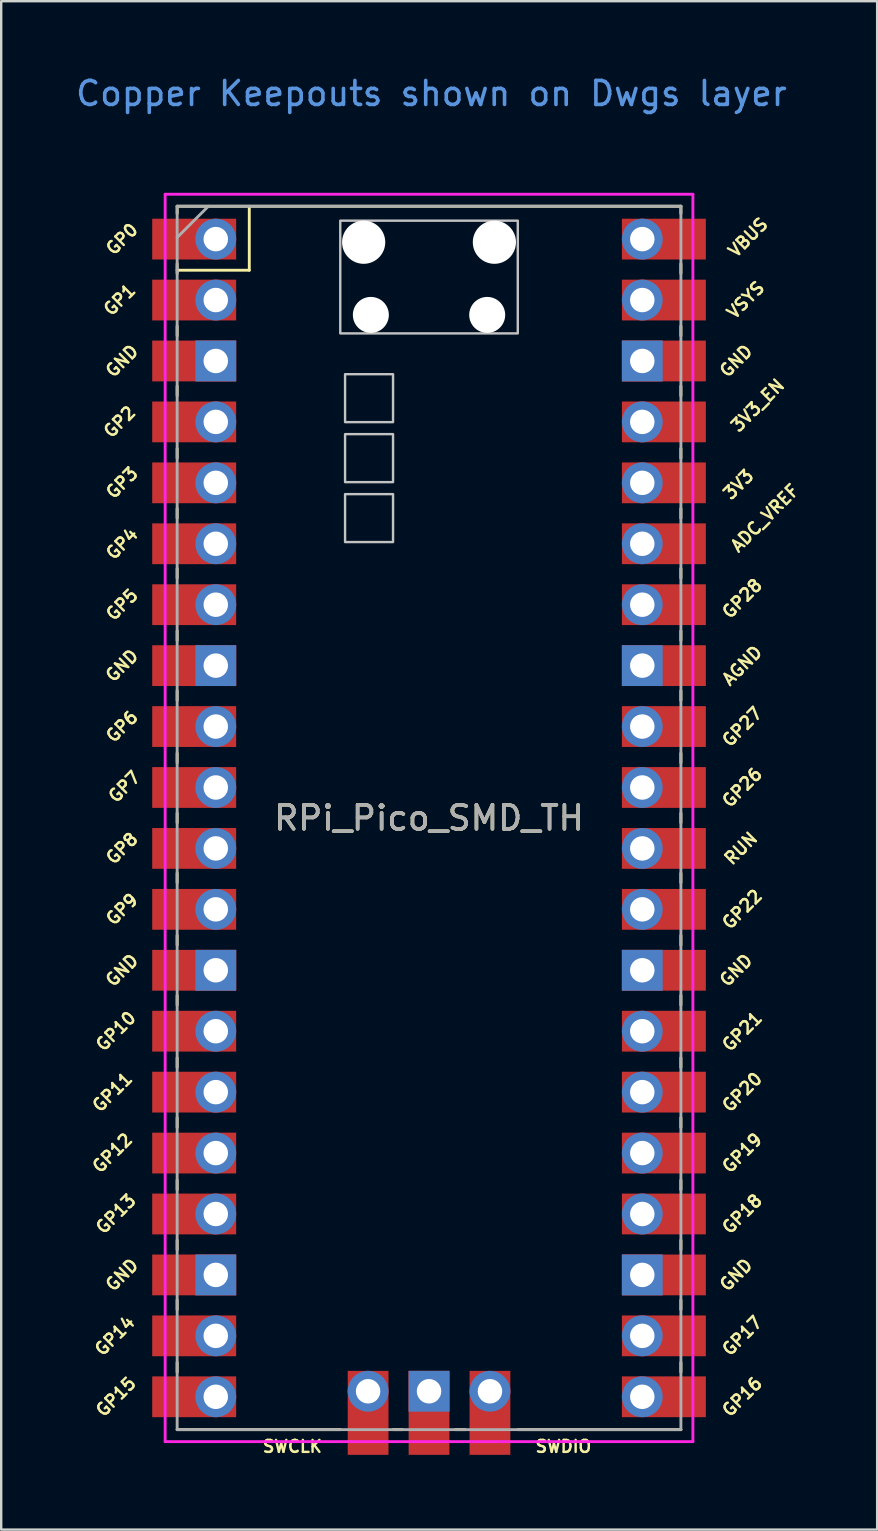
<source format=kicad_pcb>
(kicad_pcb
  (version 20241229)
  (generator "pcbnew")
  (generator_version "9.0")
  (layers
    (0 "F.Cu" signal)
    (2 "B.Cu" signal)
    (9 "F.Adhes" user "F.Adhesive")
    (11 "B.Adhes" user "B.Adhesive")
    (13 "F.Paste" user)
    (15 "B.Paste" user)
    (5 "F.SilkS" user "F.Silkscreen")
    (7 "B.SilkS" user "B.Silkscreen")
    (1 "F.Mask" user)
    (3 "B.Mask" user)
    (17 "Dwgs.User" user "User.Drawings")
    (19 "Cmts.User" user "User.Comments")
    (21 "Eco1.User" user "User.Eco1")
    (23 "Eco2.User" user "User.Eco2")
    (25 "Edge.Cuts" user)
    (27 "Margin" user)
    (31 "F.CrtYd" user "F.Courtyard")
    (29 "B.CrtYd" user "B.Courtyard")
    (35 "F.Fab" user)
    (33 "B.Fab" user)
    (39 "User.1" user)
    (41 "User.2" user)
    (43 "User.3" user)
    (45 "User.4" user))
  (footprint "RPi_Pico_SMD_TH"
    (layer "F.Cu")
    (at 14.835 31.048)
    (property "Reference" "RPi_Pico_SMD_TH" (at 0 0 0) (layer "F.SilkS") (effects (font (size 1 1) (thickness 0.15))))
    (attr through_hole)
    (fp_line (start -10.5 -25.5) (end -10.5 -25.2) (stroke (width 0.12) (type solid)) (layer "F.SilkS"))
    (fp_line (start -10.5 -25.5) (end 10.5 -25.5) (stroke (width 0.12) (type solid)) (layer "F.SilkS"))
    (fp_line (start -10.5 -23.1) (end -10.5 -22.7) (stroke (width 0.12) (type solid)) (layer "F.SilkS"))
    (fp_line (start -10.5 -22.833) (end -7.493 -22.833) (stroke (width 0.12) (type solid)) (layer "F.SilkS"))
    (fp_line (start -10.5 -20.5) (end -10.5 -20.1) (stroke (width 0.12) (type solid)) (layer "F.SilkS"))
    (fp_line (start -10.5 -18) (end -10.5 -17.6) (stroke (width 0.12) (type solid)) (layer "F.SilkS"))
    (fp_line (start -10.5 -15.4) (end -10.5 -15) (stroke (width 0.12) (type solid)) (layer "F.SilkS"))
    (fp_line (start -10.5 -12.9) (end -10.5 -12.5) (stroke (width 0.12) (type solid)) (layer "F.SilkS"))
    (fp_line (start -10.5 -10.4) (end -10.5 -10) (stroke (width 0.12) (type solid)) (layer "F.SilkS"))
    (fp_line (start -10.5 -7.8) (end -10.5 -7.4) (stroke (width 0.12) (type solid)) (layer "F.SilkS"))
    (fp_line (start -10.5 -5.3) (end -10.5 -4.9) (stroke (width 0.12) (type solid)) (layer "F.SilkS"))
    (fp_line (start -10.5 -2.7) (end -10.5 -2.3) (stroke (width 0.12) (type solid)) (layer "F.SilkS"))
    (fp_line (start -10.5 -0.2) (end -10.5 0.2) (stroke (width 0.12) (type solid)) (layer "F.SilkS"))
    (fp_line (start -10.5 2.3) (end -10.5 2.7) (stroke (width 0.12) (type solid)) (layer "F.SilkS"))
    (fp_line (start -10.5 4.9) (end -10.5 5.3) (stroke (width 0.12) (type solid)) (layer "F.SilkS"))
    (fp_line (start -10.5 7.4) (end -10.5 7.8) (stroke (width 0.12) (type solid)) (layer "F.SilkS"))
    (fp_line (start -10.5 10) (end -10.5 10.4) (stroke (width 0.12) (type solid)) (layer "F.SilkS"))
    (fp_line (start -10.5 12.5) (end -10.5 12.9) (stroke (width 0.12) (type solid)) (layer "F.SilkS"))
    (fp_line (start -10.5 15.1) (end -10.5 15.5) (stroke (width 0.12) (type solid)) (layer "F.SilkS"))
    (fp_line (start -10.5 17.6) (end -10.5 18) (stroke (width 0.12) (type solid)) (layer "F.SilkS"))
    (fp_line (start -10.5 20.1) (end -10.5 20.5) (stroke (width 0.12) (type solid)) (layer "F.SilkS"))
    (fp_line (start -10.5 22.7) (end -10.5 23.1) (stroke (width 0.12) (type solid)) (layer "F.SilkS"))
    (fp_line (start -7.493 -22.833) (end -7.493 -25.5) (stroke (width 0.12) (type solid)) (layer "F.SilkS"))
    (fp_line (start -3.7 25.5) (end -10.5 25.5) (stroke (width 0.12) (type solid)) (layer "F.SilkS"))
    (fp_line (start -1.5 25.5) (end -1.1 25.5) (stroke (width 0.12) (type solid)) (layer "F.SilkS"))
    (fp_line (start 1.1 25.5) (end 1.5 25.5) (stroke (width 0.12) (type solid)) (layer "F.SilkS"))
    (fp_line (start 10.5 -25.5) (end 10.5 -25.2) (stroke (width 0.12) (type solid)) (layer "F.SilkS"))
    (fp_line (start 10.5 -23.1) (end 10.5 -22.7) (stroke (width 0.12) (type solid)) (layer "F.SilkS"))
    (fp_line (start 10.5 -20.5) (end 10.5 -20.1) (stroke (width 0.12) (type solid)) (layer "F.SilkS"))
    (fp_line (start 10.5 -18) (end 10.5 -17.6) (stroke (width 0.12) (type solid)) (layer "F.SilkS"))
    (fp_line (start 10.5 -15.4) (end 10.5 -15) (stroke (width 0.12) (type solid)) (layer "F.SilkS"))
    (fp_line (start 10.5 -12.9) (end 10.5 -12.5) (stroke (width 0.12) (type solid)) (layer "F.SilkS"))
    (fp_line (start 10.5 -10.4) (end 10.5 -10) (stroke (width 0.12) (type solid)) (layer "F.SilkS"))
    (fp_line (start 10.5 -7.8) (end 10.5 -7.4) (stroke (width 0.12) (type solid)) (layer "F.SilkS"))
    (fp_line (start 10.5 -5.3) (end 10.5 -4.9) (stroke (width 0.12) (type solid)) (layer "F.SilkS"))
    (fp_line (start 10.5 -2.7) (end 10.5 -2.3) (stroke (width 0.12) (type solid)) (layer "F.SilkS"))
    (fp_line (start 10.5 -0.2) (end 10.5 0.2) (stroke (width 0.12) (type solid)) (layer "F.SilkS"))
    (fp_line (start 10.5 2.3) (end 10.5 2.7) (stroke (width 0.12) (type solid)) (layer "F.SilkS"))
    (fp_line (start 10.5 4.9) (end 10.5 5.3) (stroke (width 0.12) (type solid)) (layer "F.SilkS"))
    (fp_line (start 10.5 7.4) (end 10.5 7.8) (stroke (width 0.12) (type solid)) (layer "F.SilkS"))
    (fp_line (start 10.5 10) (end 10.5 10.4) (stroke (width 0.12) (type solid)) (layer "F.SilkS"))
    (fp_line (start 10.5 12.5) (end 10.5 12.9) (stroke (width 0.12) (type solid)) (layer "F.SilkS"))
    (fp_line (start 10.5 15.1) (end 10.5 15.5) (stroke (width 0.12) (type solid)) (layer "F.SilkS"))
    (fp_line (start 10.5 17.6) (end 10.5 18) (stroke (width 0.12) (type solid)) (layer "F.SilkS"))
    (fp_line (start 10.5 20.1) (end 10.5 20.5) (stroke (width 0.12) (type solid)) (layer "F.SilkS"))
    (fp_line (start 10.5 22.7) (end 10.5 23.1) (stroke (width 0.12) (type solid)) (layer "F.SilkS"))
    (fp_line (start 10.5 25.5) (end 3.7 25.5) (stroke (width 0.12) (type solid)) (layer "F.SilkS"))
    (fp_poly (pts (xy -1.5 -16.5) (xy -3.5 -16.5) (xy -3.5 -18.5) (xy -1.5 -18.5)) (stroke (width 0.1) (type solid)) (fill no) (layer "Dwgs.User"))
    (fp_poly (pts (xy -1.5 -14) (xy -3.5 -14) (xy -3.5 -16) (xy -1.5 -16)) (stroke (width 0.1) (type solid)) (fill no) (layer "Dwgs.User"))
    (fp_poly (pts (xy -1.5 -11.5) (xy -3.5 -11.5) (xy -3.5 -13.5) (xy -1.5 -13.5)) (stroke (width 0.1) (type solid)) (fill no) (layer "Dwgs.User"))
    (fp_poly (pts (xy 3.7 -20.2) (xy -3.7 -20.2) (xy -3.7 -24.9) (xy 3.7 -24.9)) (stroke (width 0.1) (type solid)) (fill no) (layer "Dwgs.User"))
    (fp_line (start -11 -26) (end 11 -26) (stroke (width 0.12) (type solid)) (layer "F.CrtYd"))
    (fp_line (start -11 26) (end -11 -26) (stroke (width 0.12) (type solid)) (layer "F.CrtYd"))
    (fp_line (start 11 -26) (end 11 26) (stroke (width 0.12) (type solid)) (layer "F.CrtYd"))
    (fp_line (start 11 26) (end -11 26) (stroke (width 0.12) (type solid)) (layer "F.CrtYd"))
    (fp_line (start -10.5 -25.5) (end 10.5 -25.5) (stroke (width 0.12) (type solid)) (layer "F.Fab"))
    (fp_line (start -10.5 -24.2) (end -9.2 -25.5) (stroke (width 0.12) (type solid)) (layer "F.Fab"))
    (fp_line (start -10.5 25.5) (end -10.5 -25.5) (stroke (width 0.12) (type solid)) (layer "F.Fab"))
    (fp_line (start 10.5 -25.5) (end 10.5 25.5) (stroke (width 0.12) (type solid)) (layer "F.Fab"))
    (fp_line (start 10.5 25.5) (end -10.5 25.5) (stroke (width 0.12) (type solid)) (layer "F.Fab"))
    (fp_text user "GP16" (at 13.054 24.13 45) (layer "F.SilkS") (effects (font (size 0.5 0.5) (thickness 0.1))))
    (fp_text user "GP22" (at 13.054 3.81 45) (layer "F.SilkS") (effects (font (size 0.5 0.5) (thickness 0.1))))
    (fp_text user "GP4" (at -12.8 -11.43 45) (layer "F.SilkS") (effects (font (size 0.5 0.5) (thickness 0.1))))
    (fp_text user "GND" (at -12.8 -6.35 45) (layer "F.SilkS") (effects (font (size 0.5 0.5) (thickness 0.1))))
    (fp_text user "GP17" (at 13.054 21.59 45) (layer "F.SilkS") (effects (font (size 0.5 0.5) (thickness 0.1))))
    (fp_text user "GP14" (at -13.1 21.59 45) (layer "F.SilkS") (effects (font (size 0.5 0.5) (thickness 0.1))))
    (fp_text user "RUN" (at 13 1.27 45) (layer "F.SilkS") (effects (font (size 0.5 0.5) (thickness 0.1))))
    (fp_text user "AGND" (at 13.054 -6.35 45) (layer "F.SilkS") (effects (font (size 0.5 0.5) (thickness 0.1))))
    (fp_text user "GP27" (at 13.054 -3.8 45) (layer "F.SilkS") (effects (font (size 0.5 0.5) (thickness 0.1))))
    (fp_text user "GND" (at 12.8 -19.05 45) (layer "F.SilkS") (effects (font (size 0.5 0.5) (thickness 0.1))))
    (fp_text user "GP0" (at -12.8 -24.13 45) (layer "F.SilkS") (effects (font (size 0.5 0.5) (thickness 0.1))))
    (fp_text user "GP7" (at -12.7 -1.3 45) (layer "F.SilkS") (effects (font (size 0.5 0.5) (thickness 0.1))))
    (fp_text user "GP11" (at -13.2 11.43 45) (layer "F.SilkS") (effects (font (size 0.5 0.5) (thickness 0.1))))
    (fp_text user "GP13" (at -13.054 16.51 45) (layer "F.SilkS") (effects (font (size 0.5 0.5) (thickness 0.1))))
    (fp_text user "GND" (at -12.8 19.05 45) (layer "F.SilkS") (effects (font (size 0.5 0.5) (thickness 0.1))))
    (fp_text user "GP6" (at -12.8 -3.81 45) (layer "F.SilkS") (effects (font (size 0.5 0.5) (thickness 0.1))))
    (fp_text user "GP19" (at 13.054 13.97 45) (layer "F.SilkS") (effects (font (size 0.5 0.5) (thickness 0.1))))
    (fp_text user "GND" (at 12.8 6.35 45) (layer "F.SilkS") (effects (font (size 0.5 0.5) (thickness 0.1))))
    (fp_text user "GP8" (at -12.8 1.27 45) (layer "F.SilkS") (effects (font (size 0.5 0.5) (thickness 0.1))))
    (fp_text user "ADC_VREF" (at 14 -12.5 45) (layer "F.SilkS") (effects (font (size 0.5 0.5) (thickness 0.1))))
    (fp_text user "GND" (at 12.8 19.05 45) (layer "F.SilkS") (effects (font (size 0.5 0.5) (thickness 0.1))))
    (fp_text user "SWDIO" (at 5.6 26.2 0) (layer "F.SilkS") (effects (font (size 0.5 0.5) (thickness 0.1))))
    (fp_text user "GP20" (at 13.054 11.43 45) (layer "F.SilkS") (effects (font (size 0.5 0.5) (thickness 0.1))))
    (fp_text user "GP5" (at -12.8 -8.89 45) (layer "F.SilkS") (effects (font (size 0.5 0.5) (thickness 0.1))))
    (fp_text user "GP1" (at -12.9 -21.6 45) (layer "F.SilkS") (effects (font (size 0.5 0.5) (thickness 0.1))))
    (fp_text user "VSYS" (at 13.2 -21.59 45) (layer "F.SilkS") (effects (font (size 0.5 0.5) (thickness 0.1))))
    (fp_text user "GP26" (at 13.054 -1.27 45) (layer "F.SilkS") (effects (font (size 0.5 0.5) (thickness 0.1))))
    (fp_text user "3V3_EN" (at 13.7 -17.2 45) (layer "F.SilkS") (effects (font (size 0.5 0.5) (thickness 0.1))))
    (fp_text user "GND" (at -12.8 6.35 45) (layer "F.SilkS") (effects (font (size 0.5 0.5) (thickness 0.1))))
    (fp_text user "GP10" (at -13.054 8.89 45) (layer "F.SilkS") (effects (font (size 0.5 0.5) (thickness 0.1))))
    (fp_text user "SWCLK" (at -5.7 26.2 0) (layer "F.SilkS") (effects (font (size 0.5 0.5) (thickness 0.1))))
    (fp_text user "GP21" (at 13.054 8.9 45) (layer "F.SilkS") (effects (font (size 0.5 0.5) (thickness 0.1))))
    (fp_text user "GP9" (at -12.8 3.81 45) (layer "F.SilkS") (effects (font (size 0.5 0.5) (thickness 0.1))))
    (fp_text user "GND" (at -12.8 -19.05 45) (layer "F.SilkS") (effects (font (size 0.5 0.5) (thickness 0.1))))
    (fp_text user "GP28" (at 13.054 -9.144 45) (layer "F.SilkS") (effects (font (size 0.5 0.5) (thickness 0.1))))
    (fp_text user "GP15" (at -13.054 24.13 45) (layer "F.SilkS") (effects (font (size 0.5 0.5) (thickness 0.1))))
    (fp_text user "GP18" (at 13.054 16.51 45) (layer "F.SilkS") (effects (font (size 0.5 0.5) (thickness 0.1))))
    (fp_text user "3V3" (at 12.9 -13.9 45) (layer "F.SilkS") (effects (font (size 0.5 0.5) (thickness 0.1))))
    (fp_text user "VBUS" (at 13.3 -24.2 45) (layer "F.SilkS") (effects (font (size 0.5 0.5) (thickness 0.1))))
    (fp_text user "GP2" (at -12.9 -16.51 45) (layer "F.SilkS") (effects (font (size 0.5 0.5) (thickness 0.1))))
    (fp_text user "GP12" (at -13.2 13.97 45) (layer "F.SilkS") (effects (font (size 0.5 0.5) (thickness 0.1))))
    (fp_text user "GP3" (at -12.8 -13.97 45) (layer "F.SilkS") (effects (font (size 0.5 0.5) (thickness 0.1))))
    (fp_text user "Copper Keepouts shown on Dwgs layer" (at 0.1 -30.2 0) (layer "Cmts.User") (effects (font (size 1 1) (thickness 0.15))))
    (fp_text user "${REFERENCE}" (at 0 0 180) (layer "F.Fab") (effects (font (size 1 1) (thickness 0.15))))
    (pad "" np_thru_hole oval (at -2.725 -24) (size 1.8 1.8) (drill 1.8) (layers "*.Cu" "*.Mask"))
    (pad "" np_thru_hole oval (at -2.425 -20.97) (size 1.5 1.5) (drill 1.5) (layers "*.Cu" "*.Mask"))
    (pad "" np_thru_hole oval (at 2.425 -20.97) (size 1.5 1.5) (drill 1.5) (layers "*.Cu" "*.Mask"))
    (pad "" np_thru_hole oval (at 2.725 -24) (size 1.8 1.8) (drill 1.8) (layers "*.Cu" "*.Mask"))
    (pad "1" thru_hole oval (at -8.89 -24.13) (size 1.7 1.7) (drill 1.02) (layers "*.Cu" "*.Mask"))
    (pad "1" smd rect (at -8.89 -24.13) (size 3.5 1.7) (drill (offset -0.9 0)) (layers "F.Cu" "F.Mask"))
    (pad "2" thru_hole oval (at -8.89 -21.59) (size 1.7 1.7) (drill 1.02) (layers "*.Cu" "*.Mask"))
    (pad "2" smd rect (at -8.89 -21.59) (size 3.5 1.7) (drill (offset -0.9 0)) (layers "F.Cu" "F.Mask"))
    (pad "3" thru_hole rect (at -8.89 -19.05) (size 1.7 1.7) (drill 1.02) (layers "*.Cu" "*.Mask"))
    (pad "3" smd rect (at -8.89 -19.05) (size 3.5 1.7) (drill (offset -0.9 0)) (layers "F.Cu" "F.Mask"))
    (pad "4" thru_hole oval (at -8.89 -16.51) (size 1.7 1.7) (drill 1.02) (layers "*.Cu" "*.Mask"))
    (pad "4" smd rect (at -8.89 -16.51) (size 3.5 1.7) (drill (offset -0.9 0)) (layers "F.Cu" "F.Mask"))
    (pad "5" thru_hole oval (at -8.89 -13.97) (size 1.7 1.7) (drill 1.02) (layers "*.Cu" "*.Mask"))
    (pad "5" smd rect (at -8.89 -13.97) (size 3.5 1.7) (drill (offset -0.9 0)) (layers "F.Cu" "F.Mask"))
    (pad "6" thru_hole oval (at -8.89 -11.43) (size 1.7 1.7) (drill 1.02) (layers "*.Cu" "*.Mask"))
    (pad "6" smd rect (at -8.89 -11.43) (size 3.5 1.7) (drill (offset -0.9 0)) (layers "F.Cu" "F.Mask"))
    (pad "7" thru_hole oval (at -8.89 -8.89) (size 1.7 1.7) (drill 1.02) (layers "*.Cu" "*.Mask"))
    (pad "7" smd rect (at -8.89 -8.89) (size 3.5 1.7) (drill (offset -0.9 0)) (layers "F.Cu" "F.Mask"))
    (pad "8" thru_hole rect (at -8.89 -6.35) (size 1.7 1.7) (drill 1.02) (layers "*.Cu" "*.Mask"))
    (pad "8" smd rect (at -8.89 -6.35) (size 3.5 1.7) (drill (offset -0.9 0)) (layers "F.Cu" "F.Mask"))
    (pad "9" thru_hole oval (at -8.89 -3.81) (size 1.7 1.7) (drill 1.02) (layers "*.Cu" "*.Mask"))
    (pad "9" smd rect (at -8.89 -3.81) (size 3.5 1.7) (drill (offset -0.9 0)) (layers "F.Cu" "F.Mask"))
    (pad "10" thru_hole oval (at -8.89 -1.27) (size 1.7 1.7) (drill 1.02) (layers "*.Cu" "*.Mask"))
    (pad "10" smd rect (at -8.89 -1.27) (size 3.5 1.7) (drill (offset -0.9 0)) (layers "F.Cu" "F.Mask"))
    (pad "11" thru_hole oval (at -8.89 1.27) (size 1.7 1.7) (drill 1.02) (layers "*.Cu" "*.Mask"))
    (pad "11" smd rect (at -8.89 1.27) (size 3.5 1.7) (drill (offset -0.9 0)) (layers "F.Cu" "F.Mask"))
    (pad "12" thru_hole oval (at -8.89 3.81) (size 1.7 1.7) (drill 1.02) (layers "*.Cu" "*.Mask"))
    (pad "12" smd rect (at -8.89 3.81) (size 3.5 1.7) (drill (offset -0.9 0)) (layers "F.Cu" "F.Mask"))
    (pad "13" thru_hole rect (at -8.89 6.35) (size 1.7 1.7) (drill 1.02) (layers "*.Cu" "*.Mask"))
    (pad "13" smd rect (at -8.89 6.35) (size 3.5 1.7) (drill (offset -0.9 0)) (layers "F.Cu" "F.Mask"))
    (pad "14" thru_hole oval (at -8.89 8.89) (size 1.7 1.7) (drill 1.02) (layers "*.Cu" "*.Mask"))
    (pad "14" smd rect (at -8.89 8.89) (size 3.5 1.7) (drill (offset -0.9 0)) (layers "F.Cu" "F.Mask"))
    (pad "15" thru_hole oval (at -8.89 11.43) (size 1.7 1.7) (drill 1.02) (layers "*.Cu" "*.Mask"))
    (pad "15" smd rect (at -8.89 11.43) (size 3.5 1.7) (drill (offset -0.9 0)) (layers "F.Cu" "F.Mask"))
    (pad "16" thru_hole oval (at -8.89 13.97) (size 1.7 1.7) (drill 1.02) (layers "*.Cu" "*.Mask"))
    (pad "16" smd rect (at -8.89 13.97) (size 3.5 1.7) (drill (offset -0.9 0)) (layers "F.Cu" "F.Mask"))
    (pad "17" thru_hole oval (at -8.89 16.51) (size 1.7 1.7) (drill 1.02) (layers "*.Cu" "*.Mask"))
    (pad "17" smd rect (at -8.89 16.51) (size 3.5 1.7) (drill (offset -0.9 0)) (layers "F.Cu" "F.Mask"))
    (pad "18" thru_hole rect (at -8.89 19.05) (size 1.7 1.7) (drill 1.02) (layers "*.Cu" "*.Mask"))
    (pad "18" smd rect (at -8.89 19.05) (size 3.5 1.7) (drill (offset -0.9 0)) (layers "F.Cu" "F.Mask"))
    (pad "19" thru_hole oval (at -8.89 21.59) (size 1.7 1.7) (drill 1.02) (layers "*.Cu" "*.Mask"))
    (pad "19" smd rect (at -8.89 21.59) (size 3.5 1.7) (drill (offset -0.9 0)) (layers "F.Cu" "F.Mask"))
    (pad "20" thru_hole oval (at -8.89 24.13) (size 1.7 1.7) (drill 1.02) (layers "*.Cu" "*.Mask"))
    (pad "20" smd rect (at -8.89 24.13) (size 3.5 1.7) (drill (offset -0.9 0)) (layers "F.Cu" "F.Mask"))
    (pad "21" thru_hole oval (at 8.89 24.13) (size 1.7 1.7) (drill 1.02) (layers "*.Cu" "*.Mask"))
    (pad "21" smd rect (at 8.89 24.13) (size 3.5 1.7) (drill (offset 0.9 0)) (layers "F.Cu" "F.Mask"))
    (pad "22" thru_hole oval (at 8.89 21.59) (size 1.7 1.7) (drill 1.02) (layers "*.Cu" "*.Mask"))
    (pad "22" smd rect (at 8.89 21.59) (size 3.5 1.7) (drill (offset 0.9 0)) (layers "F.Cu" "F.Mask"))
    (pad "23" thru_hole rect (at 8.89 19.05) (size 1.7 1.7) (drill 1.02) (layers "*.Cu" "*.Mask"))
    (pad "23" smd rect (at 8.89 19.05) (size 3.5 1.7) (drill (offset 0.9 0)) (layers "F.Cu" "F.Mask"))
    (pad "24" thru_hole oval (at 8.89 16.51) (size 1.7 1.7) (drill 1.02) (layers "*.Cu" "*.Mask"))
    (pad "24" smd rect (at 8.89 16.51) (size 3.5 1.7) (drill (offset 0.9 0)) (layers "F.Cu" "F.Mask"))
    (pad "25" thru_hole oval (at 8.89 13.97) (size 1.7 1.7) (drill 1.02) (layers "*.Cu" "*.Mask"))
    (pad "25" smd rect (at 8.89 13.97) (size 3.5 1.7) (drill (offset 0.9 0)) (layers "F.Cu" "F.Mask"))
    (pad "26" thru_hole oval (at 8.89 11.43) (size 1.7 1.7) (drill 1.02) (layers "*.Cu" "*.Mask"))
    (pad "26" smd rect (at 8.89 11.43) (size 3.5 1.7) (drill (offset 0.9 0)) (layers "F.Cu" "F.Mask"))
    (pad "27" thru_hole oval (at 8.89 8.89) (size 1.7 1.7) (drill 1.02) (layers "*.Cu" "*.Mask"))
    (pad "27" smd rect (at 8.89 8.89) (size 3.5 1.7) (drill (offset 0.9 0)) (layers "F.Cu" "F.Mask"))
    (pad "28" thru_hole rect (at 8.89 6.35) (size 1.7 1.7) (drill 1.02) (layers "*.Cu" "*.Mask"))
    (pad "28" smd rect (at 8.89 6.35) (size 3.5 1.7) (drill (offset 0.9 0)) (layers "F.Cu" "F.Mask"))
    (pad "29" thru_hole oval (at 8.89 3.81) (size 1.7 1.7) (drill 1.02) (layers "*.Cu" "*.Mask"))
    (pad "29" smd rect (at 8.89 3.81) (size 3.5 1.7) (drill (offset 0.9 0)) (layers "F.Cu" "F.Mask"))
    (pad "30" thru_hole oval (at 8.89 1.27) (size 1.7 1.7) (drill 1.02) (layers "*.Cu" "*.Mask"))
    (pad "30" smd rect (at 8.89 1.27) (size 3.5 1.7) (drill (offset 0.9 0)) (layers "F.Cu" "F.Mask"))
    (pad "31" thru_hole oval (at 8.89 -1.27) (size 1.7 1.7) (drill 1.02) (layers "*.Cu" "*.Mask"))
    (pad "31" smd rect (at 8.89 -1.27) (size 3.5 1.7) (drill (offset 0.9 0)) (layers "F.Cu" "F.Mask"))
    (pad "32" thru_hole oval (at 8.89 -3.81) (size 1.7 1.7) (drill 1.02) (layers "*.Cu" "*.Mask"))
    (pad "32" smd rect (at 8.89 -3.81) (size 3.5 1.7) (drill (offset 0.9 0)) (layers "F.Cu" "F.Mask"))
    (pad "33" thru_hole rect (at 8.89 -6.35) (size 1.7 1.7) (drill 1.02) (layers "*.Cu" "*.Mask"))
    (pad "33" smd rect (at 8.89 -6.35) (size 3.5 1.7) (drill (offset 0.9 0)) (layers "F.Cu" "F.Mask"))
    (pad "34" thru_hole oval (at 8.89 -8.89) (size 1.7 1.7) (drill 1.02) (layers "*.Cu" "*.Mask"))
    (pad "34" smd rect (at 8.89 -8.89) (size 3.5 1.7) (drill (offset 0.9 0)) (layers "F.Cu" "F.Mask"))
    (pad "35" thru_hole oval (at 8.89 -11.43) (size 1.7 1.7) (drill 1.02) (layers "*.Cu" "*.Mask"))
    (pad "35" smd rect (at 8.89 -11.43) (size 3.5 1.7) (drill (offset 0.9 0)) (layers "F.Cu" "F.Mask"))
    (pad "36" thru_hole oval (at 8.89 -13.97) (size 1.7 1.7) (drill 1.02) (layers "*.Cu" "*.Mask"))
    (pad "36" smd rect (at 8.89 -13.97) (size 3.5 1.7) (drill (offset 0.9 0)) (layers "F.Cu" "F.Mask"))
    (pad "37" thru_hole oval (at 8.89 -16.51) (size 1.7 1.7) (drill 1.02) (layers "*.Cu" "*.Mask"))
    (pad "37" smd rect (at 8.89 -16.51) (size 3.5 1.7) (drill (offset 0.9 0)) (layers "F.Cu" "F.Mask"))
    (pad "38" thru_hole rect (at 8.89 -19.05) (size 1.7 1.7) (drill 1.02) (layers "*.Cu" "*.Mask"))
    (pad "38" smd rect (at 8.89 -19.05) (size 3.5 1.7) (drill (offset 0.9 0)) (layers "F.Cu" "F.Mask"))
    (pad "39" thru_hole oval (at 8.89 -21.59) (size 1.7 1.7) (drill 1.02) (layers "*.Cu" "*.Mask"))
    (pad "39" smd rect (at 8.89 -21.59) (size 3.5 1.7) (drill (offset 0.9 0)) (layers "F.Cu" "F.Mask"))
    (pad "40" thru_hole oval (at 8.89 -24.13) (size 1.7 1.7) (drill 1.02) (layers "*.Cu" "*.Mask"))
    (pad "40" smd rect (at 8.89 -24.13) (size 3.5 1.7) (drill (offset 0.9 0)) (layers "F.Cu" "F.Mask"))
    (pad "41" thru_hole oval (at -2.54 23.9) (size 1.7 1.7) (drill 1.02) (layers "*.Cu" "*.Mask"))
    (pad "41" smd rect (at -2.54 23.9 90) (size 3.5 1.7) (drill (offset -0.9 0)) (layers "F.Cu" "F.Mask"))
    (pad "42" thru_hole rect (at 0 23.9) (size 1.7 1.7) (drill 1.02) (layers "*.Cu" "*.Mask"))
    (pad "42" smd rect (at 0 23.9 90) (size 3.5 1.7) (drill (offset -0.9 0)) (layers "F.Cu" "F.Mask"))
    (pad "43" thru_hole oval (at 2.54 23.9) (size 1.7 1.7) (drill 1.02) (layers "*.Cu" "*.Mask"))
    (pad "43" smd rect (at 2.54 23.9 90) (size 3.5 1.7) (drill (offset -0.9 0)) (layers "F.Cu" "F.Mask")))
  (gr_rect
    (start -3 -3)
    (end 33.516 60.716)
    (stroke (width 0.1) (type default))
    (fill no)
    (layer "Edge.Cuts")))
</source>
